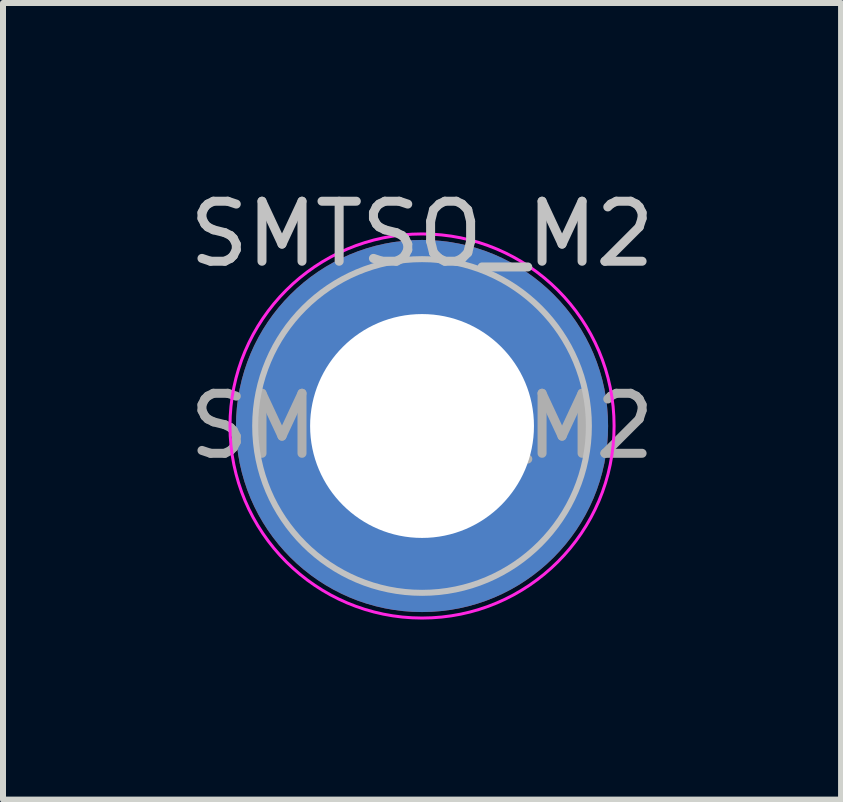
<source format=kicad_pcb>
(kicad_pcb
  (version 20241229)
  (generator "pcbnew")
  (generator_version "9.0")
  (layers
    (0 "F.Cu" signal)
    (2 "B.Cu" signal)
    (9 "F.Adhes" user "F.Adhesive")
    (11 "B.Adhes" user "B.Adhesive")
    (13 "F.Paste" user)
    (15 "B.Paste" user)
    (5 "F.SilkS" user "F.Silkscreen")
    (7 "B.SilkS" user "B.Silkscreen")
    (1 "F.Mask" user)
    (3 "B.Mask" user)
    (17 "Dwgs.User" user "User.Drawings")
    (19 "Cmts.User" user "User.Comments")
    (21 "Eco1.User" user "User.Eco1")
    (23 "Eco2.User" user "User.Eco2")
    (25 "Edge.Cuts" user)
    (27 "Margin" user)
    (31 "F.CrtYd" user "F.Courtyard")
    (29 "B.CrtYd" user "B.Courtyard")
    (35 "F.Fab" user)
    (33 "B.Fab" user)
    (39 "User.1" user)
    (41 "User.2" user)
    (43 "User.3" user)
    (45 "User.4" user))
  (footprint "SMTSO_M2"
    (layer "F.Cu")
    (at 3.982 4.048)
    (property "Reference" "SMTSO_M2" (at 0 -3.2 0) (layer "Dwgs.User") (effects (font (size 1 1) (thickness 0.15))))
    (attr exclude_from_pos_files exclude_from_bom)
    (fp_circle (center -2.5 0) (end -2.5 -0.5) (stroke (width 0.12) (type solid)) (fill yes) (layer "F.Paste"))
    (fp_circle (center -1.8 -1.7) (end -1.8 -2.2) (stroke (width 0.12) (type solid)) (fill yes) (layer "F.Paste"))
    (fp_circle (center -1.8 1.7) (end -1.8 1.2) (stroke (width 0.12) (type solid)) (fill yes) (layer "F.Paste"))
    (fp_circle (center -1 -2.3) (end -1 -2.8) (stroke (width 0.12) (type solid)) (fill yes) (layer "F.Paste"))
    (fp_circle (center -1 2.3) (end -1 1.8) (stroke (width 0.12) (type solid)) (fill yes) (layer "F.Paste"))
    (fp_circle (center 0 -2.5) (end 0 -3) (stroke (width 0.12) (type solid)) (fill yes) (layer "F.Paste"))
    (fp_circle (center 0 2.5) (end 0 2) (stroke (width 0.12) (type solid)) (fill yes) (layer "F.Paste"))
    (fp_circle (center 1 -2.3) (end 1 -2.8) (stroke (width 0.12) (type solid)) (fill yes) (layer "F.Paste"))
    (fp_circle (center 1 2.3) (end 1 1.8) (stroke (width 0.12) (type solid)) (fill yes) (layer "F.Paste"))
    (fp_circle (center 1.8 -1.7) (end 1.8 -2.2) (stroke (width 0.12) (type solid)) (fill yes) (layer "F.Paste"))
    (fp_circle (center 1.8 1.7) (end 1.8 1.2) (stroke (width 0.12) (type solid)) (fill yes) (layer "F.Paste"))
    (fp_circle (center 2.5 0) (end 2.5 -0.5) (stroke (width 0.12) (type solid)) (fill yes) (layer "F.Paste"))
    (fp_circle (center 0 0) (end 2.78 0) (stroke (width 0.1) (type solid)) (fill no) (layer "Dwgs.User"))
    (fp_circle (center 0 0) (end 3.2 0) (stroke (width 0.05) (type solid)) (fill no) (layer "F.CrtYd"))
    (fp_circle (center 0 0) (end 0 0) (stroke (width 0.1) (type solid)) (fill no) (layer "B.Fab"))
    (fp_text user "${REFERENCE}" (at 0 0 0) (layer "F.Fab") (effects (font (size 1 1) (thickness 0.15))))
    (pad "" thru_hole circle (at 0 0) (size 6.2 6.2) (drill 3.73) (layers "*.Cu" "*.Mask")))
  (gr_rect
    (start -3 -3)
    (end 10.964 10.273)
    (stroke (width 0.1) (type default))
    (fill no)
    (layer "Edge.Cuts")))
</source>
